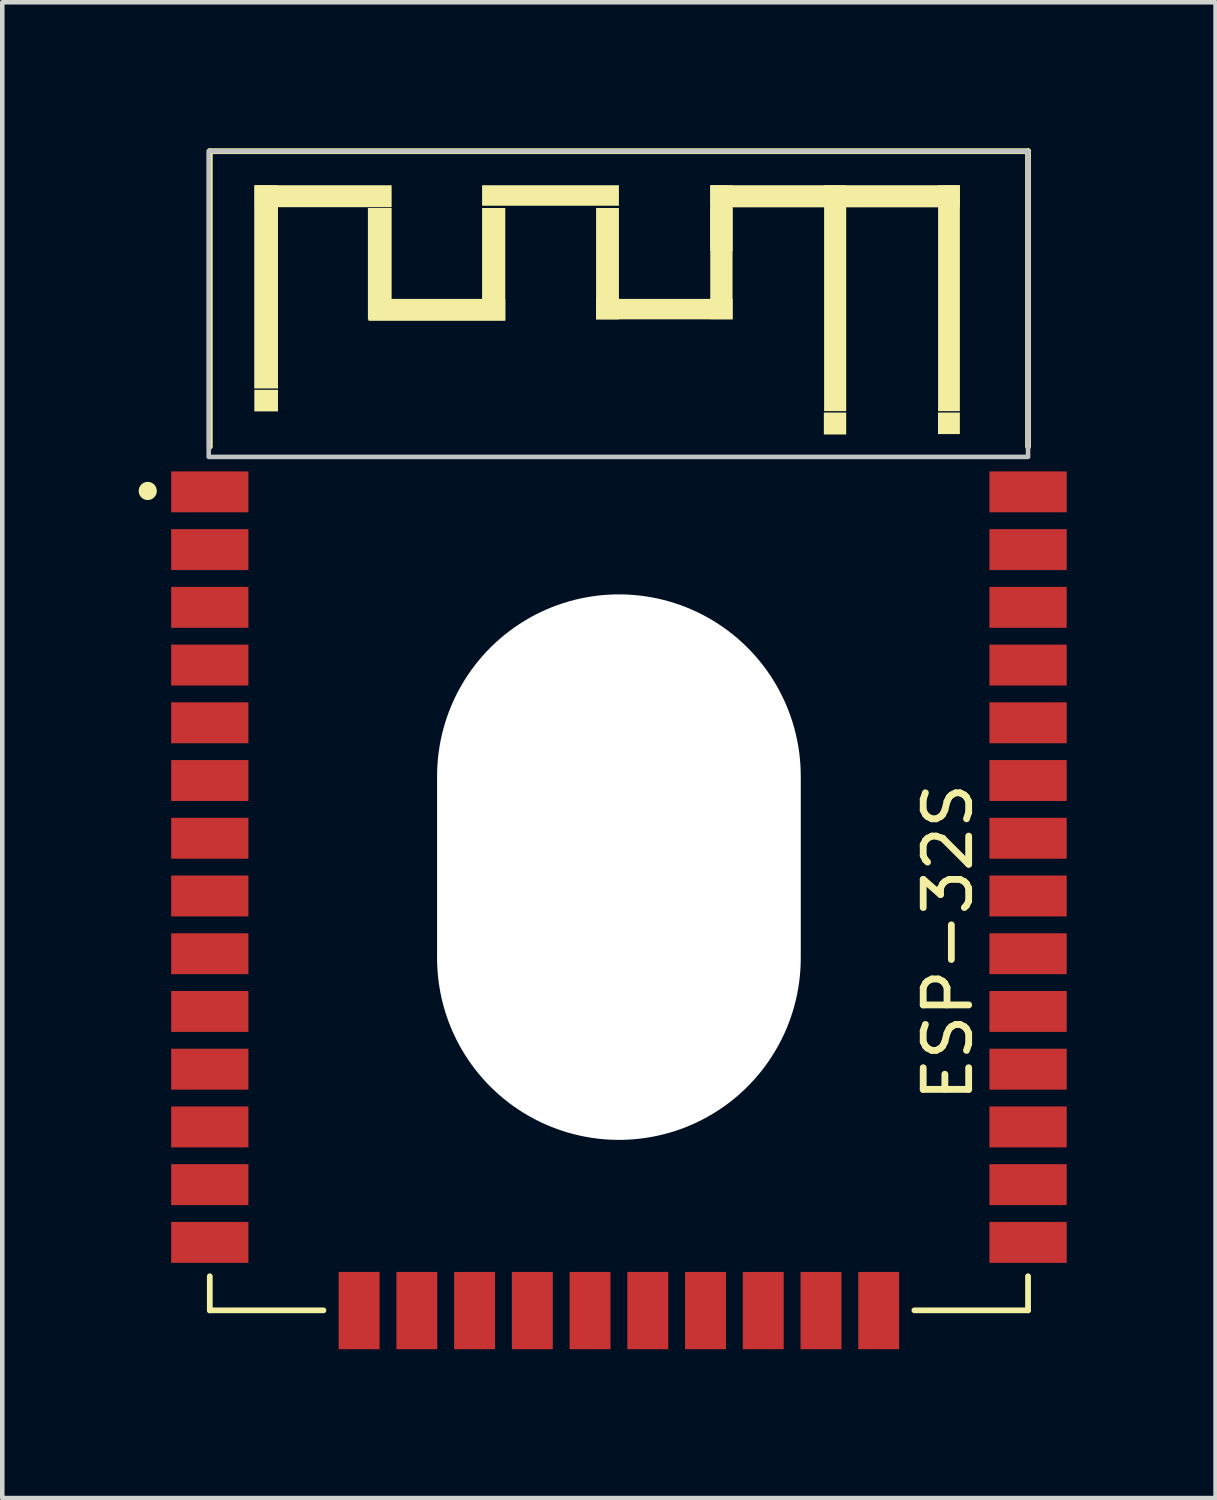
<source format=kicad_pcb>
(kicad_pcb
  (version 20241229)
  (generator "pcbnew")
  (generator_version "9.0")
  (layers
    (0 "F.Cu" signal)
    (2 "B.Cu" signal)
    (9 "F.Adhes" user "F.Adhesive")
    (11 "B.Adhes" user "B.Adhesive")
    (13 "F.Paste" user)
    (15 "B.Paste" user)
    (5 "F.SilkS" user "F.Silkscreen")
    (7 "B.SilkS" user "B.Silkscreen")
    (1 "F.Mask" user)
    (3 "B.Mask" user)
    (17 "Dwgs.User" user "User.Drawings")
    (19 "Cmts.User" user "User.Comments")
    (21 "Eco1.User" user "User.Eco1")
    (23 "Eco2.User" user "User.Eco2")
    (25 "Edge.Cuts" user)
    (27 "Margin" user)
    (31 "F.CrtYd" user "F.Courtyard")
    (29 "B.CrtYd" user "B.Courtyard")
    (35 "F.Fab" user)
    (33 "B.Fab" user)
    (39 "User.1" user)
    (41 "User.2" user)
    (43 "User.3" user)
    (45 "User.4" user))
  (footprint "ESP-32S"
    (layer "F.Cu")
    (at 10.565 16.025)
    (property "Reference" "ESP-32S" (at 7.239 1.651 90) (layer "F.SilkS") (effects (font (size 1 1) (thickness 0.15))))
    (attr smd)
    (fp_line (start -9 -15.75) (end 9 -15.75) (stroke (width 0.127) (type solid)) (layer "F.SilkS"))
    (fp_line (start -9 -9.25) (end -9 -15.75) (stroke (width 0.127) (type solid)) (layer "F.SilkS"))
    (fp_line (start -9 9) (end -9 9.75) (stroke (width 0.127) (type solid)) (layer "F.SilkS"))
    (fp_line (start -9 9.75) (end -6.5 9.75) (stroke (width 0.127) (type solid)) (layer "F.SilkS"))
    (fp_line (start 6.5 9.75) (end 9 9.75) (stroke (width 0.127) (type solid)) (layer "F.SilkS"))
    (fp_line (start 9 -15.75) (end 9 -9.25) (stroke (width 0.127) (type solid)) (layer "F.SilkS"))
    (fp_line (start 9 9.75) (end 9 9) (stroke (width 0.127) (type solid)) (layer "F.SilkS"))
    (fp_circle (center -10.365 -8.275) (end -10.265 -8.275) (stroke (width 0.2) (type solid)) (fill no) (layer "F.SilkS"))
    (fp_poly (pts (xy -8.022 -15) (xy -7.5 -15) (xy -7.5 -10.529) (xy -8.022 -10.529)) (stroke (width 0) (type solid)) (fill yes) (layer "F.SilkS"))
    (fp_poly (pts (xy -8.02 -10.5) (xy -7.5 -10.5) (xy -7.5 -10.025) (xy -8.02 -10.025)) (stroke (width 0) (type solid)) (fill yes) (layer "F.SilkS"))
    (fp_poly (pts (xy -8.009 -15) (xy -5 -15) (xy -5 -14.517) (xy -8.009 -14.517)) (stroke (width 0) (type solid)) (fill yes) (layer "F.SilkS"))
    (fp_poly (pts (xy -5.522 -14.5) (xy -5 -14.5) (xy -5 -12.047) (xy -5.522 -12.047)) (stroke (width 0) (type solid)) (fill yes) (layer "F.SilkS"))
    (fp_poly (pts (xy -5.508 -12.5) (xy -2.5 -12.5) (xy -2.5 -12.018) (xy -5.508 -12.018)) (stroke (width 0) (type solid)) (fill yes) (layer "F.SilkS"))
    (fp_poly (pts (xy -3.01 -14.5) (xy -2.5 -14.5) (xy -2.5 -12.041) (xy -3.01 -12.041)) (stroke (width 0) (type solid)) (fill yes) (layer "F.SilkS"))
    (fp_poly (pts (xy -3.01 -15) (xy 0 -15) (xy 0 -14.549) (xy -3.01 -14.549)) (stroke (width 0) (type solid)) (fill yes) (layer "F.SilkS"))
    (fp_poly (pts (xy -0.502 -12.5) (xy 2.5 -12.5) (xy 2.5 -12.05) (xy -0.502 -12.05)) (stroke (width 0) (type solid)) (fill yes) (layer "F.SilkS"))
    (fp_poly (pts (xy -0.502 -14.5) (xy 0 -14.5) (xy 0 -12.049) (xy -0.502 -12.049)) (stroke (width 0) (type solid)) (fill yes) (layer "F.SilkS"))
    (fp_poly (pts (xy 2.008 -15) (xy 2.5 -15) (xy 2.5 -13.554) (xy 2.008 -13.554)) (stroke (width 0) (type solid)) (fill yes) (layer "F.SilkS"))
    (fp_poly (pts (xy 2.009 -14.5) (xy 2.5 -14.5) (xy 2.5 -12.053) (xy 2.009 -12.053)) (stroke (width 0) (type solid)) (fill yes) (layer "F.SilkS"))
    (fp_poly (pts (xy 2.012 -15) (xy 7.5 -15) (xy 7.5 -14.514) (xy 2.012 -14.514)) (stroke (width 0) (type solid)) (fill yes) (layer "F.SilkS"))
    (fp_poly (pts (xy 4.508 -10) (xy 5 -10) (xy 5 -9.517) (xy 4.508 -9.517)) (stroke (width 0) (type solid)) (fill yes) (layer "F.SilkS"))
    (fp_poly (pts (xy 4.514 -15) (xy 5 -15) (xy 5 -10.031) (xy 4.514 -10.031)) (stroke (width 0) (type solid)) (fill yes) (layer "F.SilkS"))
    (fp_poly (pts (xy 7.019 -10) (xy 7.5 -10) (xy 7.5 -9.526) (xy 7.019 -9.526)) (stroke (width 0) (type solid)) (fill yes) (layer "F.SilkS"))
    (fp_poly (pts (xy 7.021 -15) (xy 7.5 -15) (xy 7.5 -10.03) (xy 7.021 -10.03)) (stroke (width 0) (type solid)) (fill yes) (layer "F.SilkS"))
    (fp_poly (pts (xy -9.024 -15.75) (xy 9 -15.75) (xy 9 -9.024) (xy -9.024 -9.024)) (stroke (width 0.1) (type solid)) (fill no) (layer "Dwgs.User"))
    (fp_line (start -10.1 -9) (end -9.25 -9) (stroke (width 0.05) (type solid)) (layer "Eco1.User"))
    (fp_line (start -10.1 9) (end -10.1 -9) (stroke (width 0.05) (type solid)) (layer "Eco1.User"))
    (fp_line (start -9.25 -16) (end 9.25 -16) (stroke (width 0.05) (type solid)) (layer "Eco1.User"))
    (fp_line (start -9.25 -9) (end -9.25 -16) (stroke (width 0.05) (type solid)) (layer "Eco1.User"))
    (fp_line (start -9.25 9) (end -10.1 9) (stroke (width 0.05) (type solid)) (layer "Eco1.User"))
    (fp_line (start -9.25 10) (end -9.25 9) (stroke (width 0.05) (type solid)) (layer "Eco1.User"))
    (fp_line (start -6.5 10) (end -9.25 10) (stroke (width 0.05) (type solid)) (layer "Eco1.User"))
    (fp_line (start -6.5 10.855) (end -6.5 10) (stroke (width 0.05) (type solid)) (layer "Eco1.User"))
    (fp_line (start 6.5 10) (end 6.5 10.855) (stroke (width 0.05) (type solid)) (layer "Eco1.User"))
    (fp_line (start 6.5 10.855) (end -6.5 10.855) (stroke (width 0.05) (type solid)) (layer "Eco1.User"))
    (fp_line (start 9.25 -16) (end 9.25 -9) (stroke (width 0.05) (type solid)) (layer "Eco1.User"))
    (fp_line (start 9.25 -9) (end 10.1 -9) (stroke (width 0.05) (type solid)) (layer "Eco1.User"))
    (fp_line (start 9.25 9) (end 9.25 10) (stroke (width 0.05) (type solid)) (layer "Eco1.User"))
    (fp_line (start 9.25 10) (end 6.5 10) (stroke (width 0.05) (type solid)) (layer "Eco1.User"))
    (fp_line (start 10.1 -9) (end 10.1 9) (stroke (width 0.05) (type solid)) (layer "Eco1.User"))
    (fp_line (start 10.1 9) (end 9.25 9) (stroke (width 0.05) (type solid)) (layer "Eco1.User"))
    (fp_line (start -9 -15.745) (end -9 9.755) (stroke (width 0.127) (type solid)) (layer "Eco2.User"))
    (fp_line (start -9 9.755) (end 9 9.755) (stroke (width 0.127) (type solid)) (layer "Eco2.User"))
    (fp_line (start 9 -15.745) (end -9 -15.745) (stroke (width 0.127) (type solid)) (layer "Eco2.User"))
    (fp_line (start 9 9.755) (end 9 -15.745) (stroke (width 0.127) (type solid)) (layer "Eco2.User"))
    (fp_circle (center -7.425 -8.275) (end -7.325 -8.275) (stroke (width 0.2) (type solid)) (fill no) (layer "Eco2.User"))
    (fp_poly (pts (xy -8.041 -15) (xy -5 -15) (xy -5 -14.574) (xy -8.041 -14.574)) (stroke (width 0.1) (type solid)) (fill no) (layer "Eco2.User"))
    (fp_poly (pts (xy -8.038 -15) (xy -7.5 -15) (xy -7.5 -10.55) (xy -8.038 -10.55)) (stroke (width 0.1) (type solid)) (fill no) (layer "Eco2.User"))
    (fp_poly (pts (xy -8.027 -10.5) (xy -7.5 -10.5) (xy -7.5 -10.033) (xy -8.027 -10.033)) (stroke (width 0.1) (type solid)) (fill no) (layer "Eco2.User"))
    (fp_poly (pts (xy -5.518 -14.5) (xy -5 -14.5) (xy -5 -12.04) (xy -5.518 -12.04)) (stroke (width 0.1) (type solid)) (fill no) (layer "Eco2.User"))
    (fp_poly (pts (xy -5.516 -12.5) (xy -2.5 -12.5) (xy -2.5 -12.034) (xy -5.516 -12.034)) (stroke (width 0.1) (type solid)) (fill no) (layer "Eco2.User"))
    (fp_poly (pts (xy -3.01 -14.5) (xy -2.5 -14.5) (xy -2.5 -12.041) (xy -3.01 -12.041)) (stroke (width 0.1) (type solid)) (fill no) (layer "Eco2.User"))
    (fp_poly (pts (xy -3.006 -15) (xy 0 -15) (xy 0 -14.531) (xy -3.006 -14.531)) (stroke (width 0.1) (type solid)) (fill no) (layer "Eco2.User"))
    (fp_poly (pts (xy -0.502 -14.5) (xy 0 -14.5) (xy 0 -12.04) (xy -0.502 -12.04)) (stroke (width 0.1) (type solid)) (fill no) (layer "Eco2.User"))
    (fp_poly (pts (xy -0.501 -12.5) (xy 2.5 -12.5) (xy 2.5 -12.012) (xy -0.501 -12.012)) (stroke (width 0.1) (type solid)) (fill no) (layer "Eco2.User"))
    (fp_poly (pts (xy 2.008 -15) (xy 2.5 -15) (xy 2.5 -13.551) (xy 2.008 -13.551)) (stroke (width 0.1) (type solid)) (fill no) (layer "Eco2.User"))
    (fp_poly (pts (xy 2.008 -14.5) (xy 2.5 -14.5) (xy 2.5 -12.046) (xy 2.008 -12.046)) (stroke (width 0.1) (type solid)) (fill no) (layer "Eco2.User"))
    (fp_poly (pts (xy 2.015 -15) (xy 7.5 -15) (xy 7.5 -14.541) (xy 2.015 -14.541)) (stroke (width 0.1) (type solid)) (fill no) (layer "Eco2.User"))
    (fp_poly (pts (xy 4.515 -15) (xy 5 -15) (xy 5 -10.033) (xy 4.515 -10.033)) (stroke (width 0.1) (type solid)) (fill no) (layer "Eco2.User"))
    (fp_poly (pts (xy 4.523 -10) (xy 5 -10) (xy 5 -9.548) (xy 4.523 -9.548)) (stroke (width 0.1) (type solid)) (fill no) (layer "Eco2.User"))
    (fp_poly (pts (xy 7.022 -10) (xy 7.5 -10) (xy 7.5 -9.529) (xy 7.022 -9.529)) (stroke (width 0.1) (type solid)) (fill no) (layer "Eco2.User"))
    (fp_poly (pts (xy 7.026 -15) (xy 7.5 -15) (xy 7.5 -10.037) (xy 7.026 -10.037)) (stroke (width 0.1) (type solid)) (fill no) (layer "Eco2.User"))
    (pad "" np_thru_hole oval (at 0 0) (size 8 12) (drill oval 8 12) (layers "*.Cu" "*.Mask"))
    (pad "1" smd rect (at -9 -8.255) (size 1.7 0.9) (layers "F.Cu" "F.Mask" "F.Paste"))
    (pad "1.1" smd rect (at -0.7 -0.845 180) (size 4 4) (layers "F.Cu" "F.Mask" "F.Paste"))
    (pad "2" smd rect (at -9 -6.985) (size 1.7 0.9) (layers "F.Cu" "F.Mask" "F.Paste"))
    (pad "3" smd rect (at -9 -5.715) (size 1.7 0.9) (layers "F.Cu" "F.Mask" "F.Paste"))
    (pad "4" smd rect (at -9 -4.445) (size 1.7 0.9) (layers "F.Cu" "F.Mask" "F.Paste"))
    (pad "5" smd rect (at -9 -3.175) (size 1.7 0.9) (layers "F.Cu" "F.Mask" "F.Paste"))
    (pad "6" smd rect (at -9 -1.905) (size 1.7 0.9) (layers "F.Cu" "F.Mask" "F.Paste"))
    (pad "7" smd rect (at -9 -0.635) (size 1.7 0.9) (layers "F.Cu" "F.Mask" "F.Paste"))
    (pad "8" smd rect (at -9 0.635) (size 1.7 0.9) (layers "F.Cu" "F.Mask" "F.Paste"))
    (pad "9" smd rect (at -9 1.905) (size 1.7 0.9) (layers "F.Cu" "F.Mask" "F.Paste"))
    (pad "10" smd rect (at -9 3.175) (size 1.7 0.9) (layers "F.Cu" "F.Mask" "F.Paste"))
    (pad "11" smd rect (at -9 4.445) (size 1.7 0.9) (layers "F.Cu" "F.Mask" "F.Paste"))
    (pad "12" smd rect (at -9 5.715) (size 1.7 0.9) (layers "F.Cu" "F.Mask" "F.Paste"))
    (pad "13" smd rect (at -9 6.985) (size 1.7 0.9) (layers "F.Cu" "F.Mask" "F.Paste"))
    (pad "14" smd rect (at -9 8.255) (size 1.7 0.9) (layers "F.Cu" "F.Mask" "F.Paste"))
    (pad "15" smd rect (at -5.715 9.755 90) (size 1.7 0.9) (layers "F.Cu" "F.Mask" "F.Paste"))
    (pad "16" smd rect (at -4.445 9.755 90) (size 1.7 0.9) (layers "F.Cu" "F.Mask" "F.Paste"))
    (pad "17" smd rect (at -3.175 9.755 90) (size 1.7 0.9) (layers "F.Cu" "F.Mask" "F.Paste"))
    (pad "18" smd rect (at -1.905 9.755 90) (size 1.7 0.9) (layers "F.Cu" "F.Mask" "F.Paste"))
    (pad "19" smd rect (at -0.635 9.755 90) (size 1.7 0.9) (layers "F.Cu" "F.Mask" "F.Paste"))
    (pad "20" smd rect (at 0.635 9.755 90) (size 1.7 0.9) (layers "F.Cu" "F.Mask" "F.Paste"))
    (pad "21" smd rect (at 1.905 9.755 90) (size 1.7 0.9) (layers "F.Cu" "F.Mask" "F.Paste"))
    (pad "22" smd rect (at 3.175 9.755 90) (size 1.7 0.9) (layers "F.Cu" "F.Mask" "F.Paste"))
    (pad "23" smd rect (at 4.445 9.755 90) (size 1.7 0.9) (layers "F.Cu" "F.Mask" "F.Paste"))
    (pad "24" smd rect (at 5.715 9.755 90) (size 1.7 0.9) (layers "F.Cu" "F.Mask" "F.Paste"))
    (pad "25" smd rect (at 9 8.255 180) (size 1.7 0.9) (layers "F.Cu" "F.Mask" "F.Paste"))
    (pad "26" smd rect (at 9 6.985 180) (size 1.7 0.9) (layers "F.Cu" "F.Mask" "F.Paste"))
    (pad "27" smd rect (at 9 5.715 180) (size 1.7 0.9) (layers "F.Cu" "F.Mask" "F.Paste"))
    (pad "28" smd rect (at 9 4.445 180) (size 1.7 0.9) (layers "F.Cu" "F.Mask" "F.Paste"))
    (pad "29" smd rect (at 9 3.175 180) (size 1.7 0.9) (layers "F.Cu" "F.Mask" "F.Paste"))
    (pad "30" smd rect (at 9 1.905 180) (size 1.7 0.9) (layers "F.Cu" "F.Mask" "F.Paste"))
    (pad "31" smd rect (at 9 0.635 180) (size 1.7 0.9) (layers "F.Cu" "F.Mask" "F.Paste"))
    (pad "32" smd rect (at 9 -0.635 180) (size 1.7 0.9) (layers "F.Cu" "F.Mask" "F.Paste"))
    (pad "33" smd rect (at 9 -1.905 180) (size 1.7 0.9) (layers "F.Cu" "F.Mask" "F.Paste"))
    (pad "34" smd rect (at 9 -3.175 180) (size 1.7 0.9) (layers "F.Cu" "F.Mask" "F.Paste"))
    (pad "35" smd rect (at 9 -4.445 180) (size 1.7 0.9) (layers "F.Cu" "F.Mask" "F.Paste"))
    (pad "36" smd rect (at 9 -5.715 180) (size 1.7 0.9) (layers "F.Cu" "F.Mask" "F.Paste"))
    (pad "37" smd rect (at 9 -6.985 180) (size 1.7 0.9) (layers "F.Cu" "F.Mask" "F.Paste"))
    (pad "38" smd rect (at 9 -8.255 180) (size 1.7 0.9) (layers "F.Cu" "F.Mask" "F.Paste")))
  (gr_rect
    (start -3 -3)
    (end 23.69 29.905)
    (stroke (width 0.1) (type default))
    (fill no)
    (layer "Edge.Cuts")))
</source>
